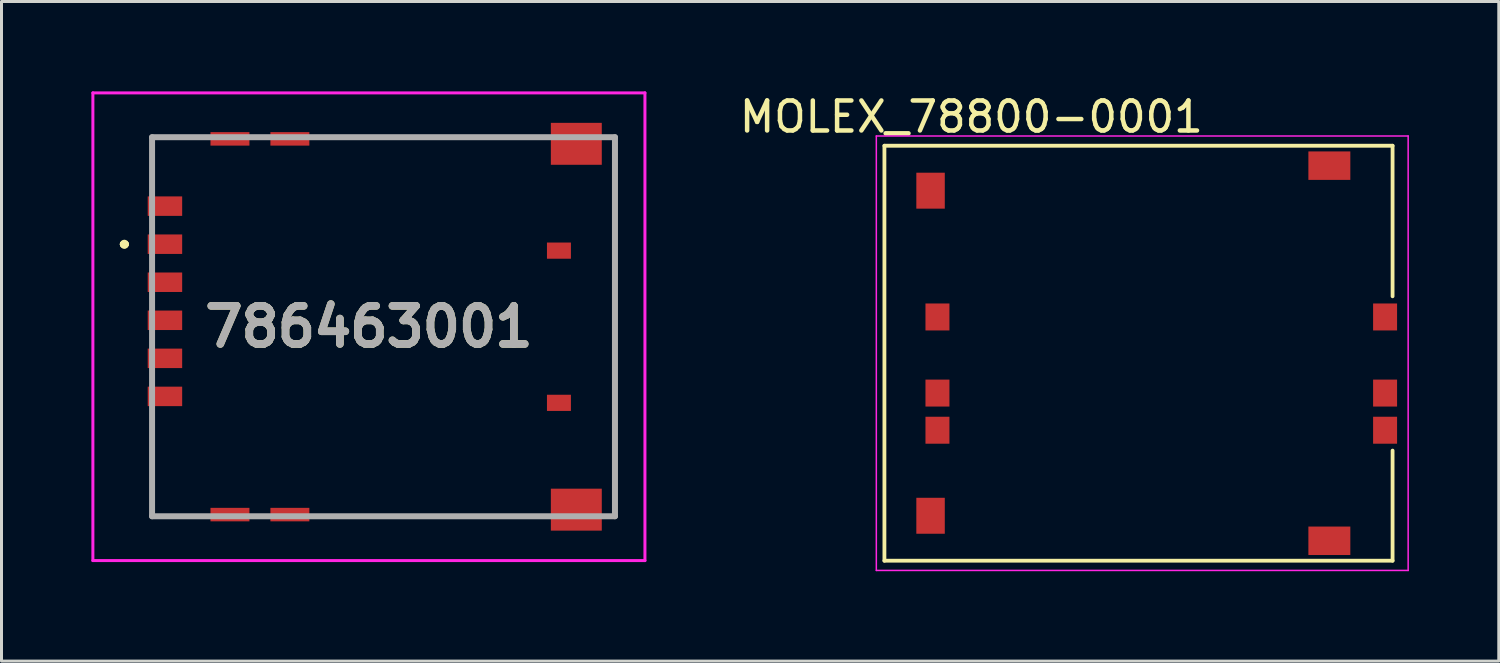
<source format=kicad_pcb>
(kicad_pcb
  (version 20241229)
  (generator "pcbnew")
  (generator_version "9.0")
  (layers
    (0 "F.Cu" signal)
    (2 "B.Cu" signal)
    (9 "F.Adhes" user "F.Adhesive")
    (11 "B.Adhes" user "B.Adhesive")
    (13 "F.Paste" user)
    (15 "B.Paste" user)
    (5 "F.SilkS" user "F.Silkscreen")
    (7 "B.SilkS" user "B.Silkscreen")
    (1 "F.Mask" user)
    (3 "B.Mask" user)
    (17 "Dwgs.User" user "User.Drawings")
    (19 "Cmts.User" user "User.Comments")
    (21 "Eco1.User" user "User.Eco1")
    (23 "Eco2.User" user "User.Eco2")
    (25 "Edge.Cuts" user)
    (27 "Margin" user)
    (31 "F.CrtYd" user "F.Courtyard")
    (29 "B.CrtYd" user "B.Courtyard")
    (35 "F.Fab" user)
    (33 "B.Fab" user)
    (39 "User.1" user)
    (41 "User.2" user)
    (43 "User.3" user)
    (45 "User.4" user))
  (footprint "786463001"
    (layer "F.Cu")
    (at 9.75 7.855)
    (property "Reference" "786463001" (at -0.488 0 0) (layer "F.SilkS") (effects (font (size 1.27 1.27) (thickness 0.254))))
    (attr smd)
    (fp_line (start -8.7 -2.755) (end -8.7 -2.755) (stroke (width 0.2) (type solid)) (layer "F.SilkS"))
    (fp_line (start -8.7 -2.755) (end -8.7 -2.755) (stroke (width 0.2) (type solid)) (layer "F.SilkS"))
    (fp_line (start -8.6 -2.755) (end -8.6 -2.755) (stroke (width 0.2) (type solid)) (layer "F.SilkS"))
    (fp_line (start -7.75 6.325) (end -7.75 6.325) (stroke (width 0.1) (type solid)) (layer "F.SilkS"))
    (fp_line (start -7.75 6.325) (end -6.5 6.325) (stroke (width 0.1) (type solid)) (layer "F.SilkS"))
    (fp_line (start -7.725 -6.325) (end -7.725 -6.325) (stroke (width 0.1) (type solid)) (layer "F.SilkS"))
    (fp_line (start -7.725 -6.325) (end -7.725 -6.325) (stroke (width 0.1) (type solid)) (layer "F.SilkS"))
    (fp_line (start -7.725 -6.325) (end -7.725 -5) (stroke (width 0.1) (type solid)) (layer "F.SilkS"))
    (fp_line (start -7.725 -6.325) (end -6.5 -6.325) (stroke (width 0.1) (type solid)) (layer "F.SilkS"))
    (fp_line (start -7.725 -5) (end -7.725 -6.325) (stroke (width 0.1) (type solid)) (layer "F.SilkS"))
    (fp_line (start -7.725 -5) (end -7.725 -5) (stroke (width 0.1) (type solid)) (layer "F.SilkS"))
    (fp_line (start -7.725 3.25) (end -7.725 3.25) (stroke (width 0.1) (type solid)) (layer "F.SilkS"))
    (fp_line (start -7.725 3.25) (end -7.725 6.325) (stroke (width 0.1) (type solid)) (layer "F.SilkS"))
    (fp_line (start -7.725 6.325) (end -7.725 3.25) (stroke (width 0.1) (type solid)) (layer "F.SilkS"))
    (fp_line (start -7.725 6.325) (end -7.725 6.325) (stroke (width 0.1) (type solid)) (layer "F.SilkS"))
    (fp_line (start -6.5 -6.325) (end -7.725 -6.325) (stroke (width 0.1) (type solid)) (layer "F.SilkS"))
    (fp_line (start -6.5 -6.325) (end -6.5 -6.325) (stroke (width 0.1) (type solid)) (layer "F.SilkS"))
    (fp_line (start -6.5 6.325) (end -7.75 6.325) (stroke (width 0.1) (type solid)) (layer "F.SilkS"))
    (fp_line (start -6.5 6.325) (end -6.5 6.325) (stroke (width 0.1) (type solid)) (layer "F.SilkS"))
    (fp_line (start -1.75 -6.325) (end -1.75 -6.325) (stroke (width 0.1) (type solid)) (layer "F.SilkS"))
    (fp_line (start -1.75 -6.325) (end 5 -6.325) (stroke (width 0.1) (type solid)) (layer "F.SilkS"))
    (fp_line (start -1.75 6.325) (end -1.75 6.325) (stroke (width 0.1) (type solid)) (layer "F.SilkS"))
    (fp_line (start -1.75 6.325) (end 5 6.325) (stroke (width 0.1) (type solid)) (layer "F.SilkS"))
    (fp_line (start 5 -6.325) (end -1.75 -6.325) (stroke (width 0.1) (type solid)) (layer "F.SilkS"))
    (fp_line (start 5 -6.325) (end 5 -6.325) (stroke (width 0.1) (type solid)) (layer "F.SilkS"))
    (fp_line (start 5 6.325) (end -1.75 6.325) (stroke (width 0.1) (type solid)) (layer "F.SilkS"))
    (fp_line (start 5 6.325) (end 5 6.325) (stroke (width 0.1) (type solid)) (layer "F.SilkS"))
    (fp_line (start 7.725 -4.75) (end 7.725 -4.75) (stroke (width 0.1) (type solid)) (layer "F.SilkS"))
    (fp_line (start 7.725 -4.75) (end 7.725 4.75) (stroke (width 0.1) (type solid)) (layer "F.SilkS"))
    (fp_line (start 7.725 4.75) (end 7.725 -4.75) (stroke (width 0.1) (type solid)) (layer "F.SilkS"))
    (fp_line (start 7.725 4.75) (end 7.725 4.75) (stroke (width 0.1) (type solid)) (layer "F.SilkS"))
    (fp_arc (start -8.7 -2.755) (mid -8.65 -2.805) (end -8.6 -2.755) (stroke (width 0.2) (type solid)) (layer "F.SilkS"))
    (fp_arc (start -8.6 -2.755) (mid -8.65 -2.705) (end -8.7 -2.755) (stroke (width 0.2) (type solid)) (layer "F.SilkS"))
    (fp_arc (start -8.6 -2.755) (mid -8.65 -2.705) (end -8.7 -2.755) (stroke (width 0.2) (type solid)) (layer "F.SilkS"))
    (fp_line (start -9.7 -7.805) (end 8.725 -7.805) (stroke (width 0.1) (type solid)) (layer "F.CrtYd"))
    (fp_line (start -9.7 7.805) (end -9.7 -7.805) (stroke (width 0.1) (type solid)) (layer "F.CrtYd"))
    (fp_line (start 8.725 -7.805) (end 8.725 7.805) (stroke (width 0.1) (type solid)) (layer "F.CrtYd"))
    (fp_line (start 8.725 7.805) (end -9.7 7.805) (stroke (width 0.1) (type solid)) (layer "F.CrtYd"))
    (fp_line (start -7.725 -6.325) (end -7.725 6.325) (stroke (width 0.2) (type solid)) (layer "F.Fab"))
    (fp_line (start -7.725 6.325) (end 7.725 6.325) (stroke (width 0.2) (type solid)) (layer "F.Fab"))
    (fp_line (start 7.725 -6.325) (end -7.725 -6.325) (stroke (width 0.2) (type solid)) (layer "F.Fab"))
    (fp_line (start 7.725 6.325) (end 7.725 -6.325) (stroke (width 0.2) (type solid)) (layer "F.Fab"))
    (fp_text user "${REFERENCE}" (at -0.488 0 0) (layer "F.Fab") (effects (font (size 1.27 1.27) (thickness 0.254))))
    (pad "C1" smd rect (at -7.295 -2.755 90) (size 0.65 1.15) (layers "F.Cu" "F.Mask" "F.Paste"))
    (pad "C2" smd rect (at -7.295 -0.215 90) (size 0.65 1.15) (layers "F.Cu" "F.Mask" "F.Paste"))
    (pad "C3" smd rect (at -7.295 2.325 90) (size 0.65 1.15) (layers "F.Cu" "F.Mask" "F.Paste"))
    (pad "C5" smd rect (at -7.295 -4.025 90) (size 0.65 1.15) (layers "F.Cu" "F.Mask" "F.Paste"))
    (pad "C6" smd rect (at -7.295 -1.485 90) (size 0.65 1.15) (layers "F.Cu" "F.Mask" "F.Paste"))
    (pad "C7" smd rect (at -7.295 1.055 90) (size 0.65 1.15) (layers "F.Cu" "F.Mask" "F.Paste"))
    (pad "G1" smd rect (at -5.125 -6.27 90) (size 0.45 1.3) (layers "F.Cu" "F.Mask" "F.Paste"))
    (pad "G2" smd rect (at -3.125 -6.27 90) (size 0.45 1.3) (layers "F.Cu" "F.Mask" "F.Paste"))
    (pad "G3" smd rect (at 6.435 -6.105 90) (size 1.4 1.7) (layers "F.Cu" "F.Mask" "F.Paste"))
    (pad "G4" smd rect (at 6.435 6.105 90) (size 1.4 1.7) (layers "F.Cu" "F.Mask" "F.Paste"))
    (pad "G5" smd rect (at -3.125 6.27 90) (size 0.45 1.3) (layers "F.Cu" "F.Mask" "F.Paste"))
    (pad "G6" smd rect (at -5.125 6.27 90) (size 0.45 1.3) (layers "F.Cu" "F.Mask" "F.Paste"))
    (pad "X1" smd rect (at 5.855 -2.54 90) (size 0.54 0.8) (layers "F.Cu" "F.Mask" "F.Paste"))
    (pad "X2" smd rect (at 5.855 2.54 90) (size 0.54 0.8) (layers "F.Cu" "F.Mask" "F.Paste")))
  (footprint "MOLEX_78800-0001"
    (layer "F.Cu")
    (at 34.948 8.739)
    (property "Reference" "MOLEX_78800-0001" (at -5.579 -7.89 0) (layer "F.SilkS") (effects (font (size 1.001 1.001) (thickness 0.15))))
    (attr through_hole)
    (fp_line (start -8.48 -6.925) (end 8.48 -6.925) (stroke (width 0.127) (type solid)) (layer "F.SilkS"))
    (fp_line (start -8.48 6.925) (end -8.48 -6.925) (stroke (width 0.127) (type solid)) (layer "F.SilkS"))
    (fp_line (start 8.48 -6.925) (end 8.48 -1.9) (stroke (width 0.127) (type solid)) (layer "F.SilkS"))
    (fp_line (start 8.48 6.925) (end -8.48 6.925) (stroke (width 0.127) (type solid)) (layer "F.SilkS"))
    (fp_line (start 8.48 6.925) (end 8.48 3.25) (stroke (width 0.127) (type solid)) (layer "F.SilkS"))
    (fp_line (start -8.75 -7.25) (end 9 -7.25) (stroke (width 0.05) (type solid)) (layer "F.CrtYd"))
    (fp_line (start -8.75 7.25) (end -8.75 -7.25) (stroke (width 0.05) (type solid)) (layer "F.CrtYd"))
    (fp_line (start 9 -7.25) (end 9 7.25) (stroke (width 0.05) (type solid)) (layer "F.CrtYd"))
    (fp_line (start 9 7.25) (end -8.75 7.25) (stroke (width 0.05) (type solid)) (layer "F.CrtYd"))
    (pad "1" smd rect (at -6.71 2.57) (size 0.8 0.9) (layers "F.Cu" "F.Mask" "F.Paste"))
    (pad "2" smd rect (at -6.71 1.33) (size 0.8 0.9) (layers "F.Cu" "F.Mask" "F.Paste"))
    (pad "3" smd rect (at -6.71 -1.21) (size 0.8 0.9) (layers "F.Cu" "F.Mask" "F.Paste"))
    (pad "5" smd rect (at 8.23 2.57) (size 0.8 0.9) (layers "F.Cu" "F.Mask" "F.Paste"))
    (pad "6" smd rect (at 8.23 1.33) (size 0.8 0.9) (layers "F.Cu" "F.Mask" "F.Paste"))
    (pad "7" smd rect (at 8.23 -1.21) (size 0.8 0.9) (layers "F.Cu" "F.Mask" "F.Paste"))
    (pad "P1" smd rect (at -6.94 -5.425) (size 0.95 1.2) (layers "F.Cu" "F.Mask" "F.Paste"))
    (pad "P2" smd rect (at -6.94 5.425) (size 0.95 1.2) (layers "F.Cu" "F.Mask" "F.Paste"))
    (pad "P3" smd rect (at 6.37 6.26) (size 1.4 0.95) (layers "F.Cu" "F.Mask" "F.Paste"))
    (pad "P4" smd rect (at 6.37 -6.26) (size 1.4 0.95) (layers "F.Cu" "F.Mask" "F.Paste")))
  (gr_rect
    (start -3 -3)
    (end 46.973 19.014)
    (stroke (width 0.1) (type default))
    (fill no)
    (layer "Edge.Cuts")))
</source>
